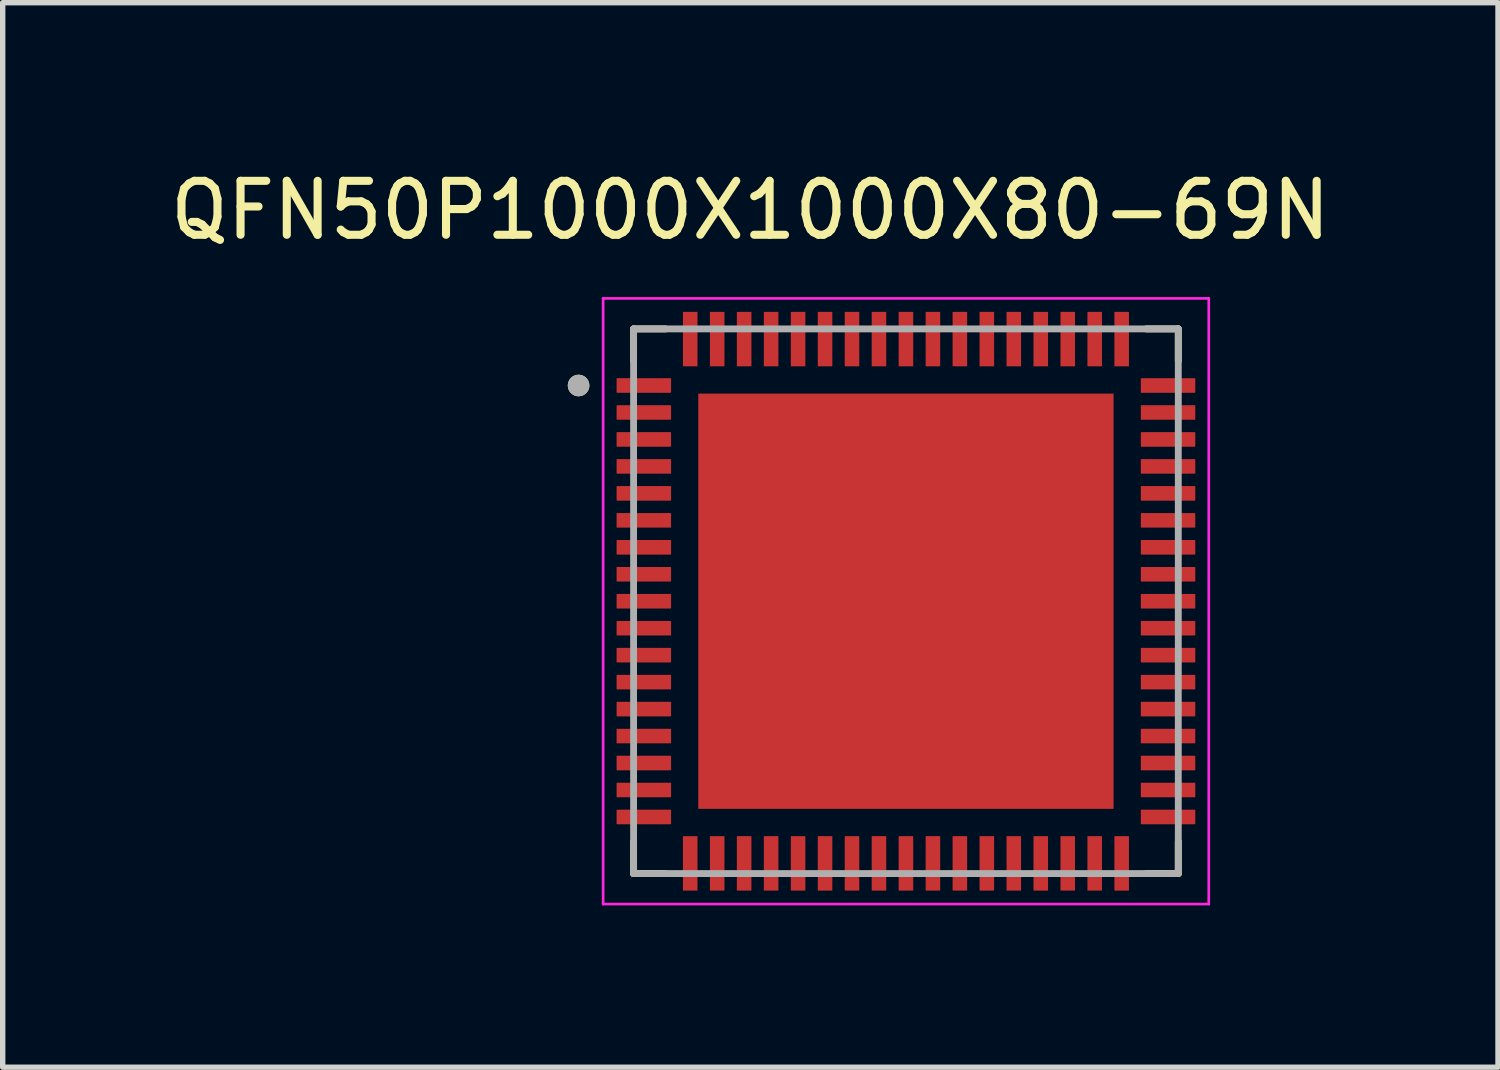
<source format=kicad_pcb>
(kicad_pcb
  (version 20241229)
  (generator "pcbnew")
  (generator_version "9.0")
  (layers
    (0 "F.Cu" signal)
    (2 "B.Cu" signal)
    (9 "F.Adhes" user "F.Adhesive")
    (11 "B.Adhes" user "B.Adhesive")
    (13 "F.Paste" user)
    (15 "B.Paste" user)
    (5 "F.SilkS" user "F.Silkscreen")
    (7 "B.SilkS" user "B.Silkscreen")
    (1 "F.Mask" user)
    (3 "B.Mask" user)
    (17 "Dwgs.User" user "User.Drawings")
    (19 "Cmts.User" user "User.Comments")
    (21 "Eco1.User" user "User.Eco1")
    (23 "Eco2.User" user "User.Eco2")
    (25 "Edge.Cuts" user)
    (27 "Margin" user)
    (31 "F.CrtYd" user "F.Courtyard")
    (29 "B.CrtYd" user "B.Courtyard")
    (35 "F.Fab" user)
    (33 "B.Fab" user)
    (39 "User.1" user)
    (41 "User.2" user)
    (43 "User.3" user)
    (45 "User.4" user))
  (footprint "QFN50P1000X1000X80-69N"
    (layer "F.Cu")
    (at 13.748 8.098)
    (property "Reference" "QFN50P1000X1000X80-69N" (at -2.885 -7.25 0) (layer "F.SilkS") (effects (font (size 1 1) (thickness 0.15))))
    (attr smd)
    (fp_line (start -5.05 -5.05) (end -5.05 -4.455) (stroke (width 0.127) (type solid)) (layer "F.SilkS"))
    (fp_line (start -5.05 -5.05) (end -4.455 -5.05) (stroke (width 0.127) (type solid)) (layer "F.SilkS"))
    (fp_line (start -5.05 5.05) (end -5.05 4.455) (stroke (width 0.127) (type solid)) (layer "F.SilkS"))
    (fp_line (start -5.05 5.05) (end -4.455 5.05) (stroke (width 0.127) (type solid)) (layer "F.SilkS"))
    (fp_line (start 5.05 -5.05) (end 4.455 -5.05) (stroke (width 0.127) (type solid)) (layer "F.SilkS"))
    (fp_line (start 5.05 -5.05) (end 5.05 -4.455) (stroke (width 0.127) (type solid)) (layer "F.SilkS"))
    (fp_line (start 5.05 5.05) (end 4.455 5.05) (stroke (width 0.127) (type solid)) (layer "F.SilkS"))
    (fp_line (start 5.05 5.05) (end 5.05 4.455) (stroke (width 0.127) (type solid)) (layer "F.SilkS"))
    (fp_circle (center -6.07 -4) (end -5.97 -4) (stroke (width 0.2) (type solid)) (fill no) (layer "F.SilkS"))
    (fp_poly (pts (xy -3.375 -3.375) (xy -1.755 -3.375) (xy -1.755 -1.755) (xy -3.375 -1.755)) (stroke (width 0.01) (type solid)) (fill yes) (layer "F.Paste"))
    (fp_poly (pts (xy -3.375 -0.805) (xy -1.755 -0.805) (xy -1.755 0.815) (xy -3.375 0.815)) (stroke (width 0.01) (type solid)) (fill yes) (layer "F.Paste"))
    (fp_poly (pts (xy -3.375 1.765) (xy -1.755 1.765) (xy -1.755 3.385) (xy -3.375 3.385)) (stroke (width 0.01) (type solid)) (fill yes) (layer "F.Paste"))
    (fp_poly (pts (xy -0.805 -3.375) (xy 0.815 -3.375) (xy 0.815 -1.755) (xy -0.805 -1.755)) (stroke (width 0.01) (type solid)) (fill yes) (layer "F.Paste"))
    (fp_poly (pts (xy -0.805 -0.805) (xy 0.815 -0.805) (xy 0.815 0.815) (xy -0.805 0.815)) (stroke (width 0.01) (type solid)) (fill yes) (layer "F.Paste"))
    (fp_poly (pts (xy -0.805 1.765) (xy 0.815 1.765) (xy 0.815 3.385) (xy -0.805 3.385)) (stroke (width 0.01) (type solid)) (fill yes) (layer "F.Paste"))
    (fp_poly (pts (xy 1.765 -3.375) (xy 3.385 -3.375) (xy 3.385 -1.755) (xy 1.765 -1.755)) (stroke (width 0.01) (type solid)) (fill yes) (layer "F.Paste"))
    (fp_poly (pts (xy 1.765 -0.805) (xy 3.385 -0.805) (xy 3.385 0.815) (xy 1.765 0.815)) (stroke (width 0.01) (type solid)) (fill yes) (layer "F.Paste"))
    (fp_poly (pts (xy 1.765 1.765) (xy 3.385 1.765) (xy 3.385 3.385) (xy 1.765 3.385)) (stroke (width 0.01) (type solid)) (fill yes) (layer "F.Paste"))
    (fp_line (start -5.615 -5.615) (end 5.615 -5.615) (stroke (width 0.05) (type solid)) (layer "F.CrtYd"))
    (fp_line (start -5.615 5.615) (end -5.615 -5.615) (stroke (width 0.05) (type solid)) (layer "F.CrtYd"))
    (fp_line (start -5.615 5.615) (end 5.615 5.615) (stroke (width 0.05) (type solid)) (layer "F.CrtYd"))
    (fp_line (start 5.615 5.615) (end 5.615 -5.615) (stroke (width 0.05) (type solid)) (layer "F.CrtYd"))
    (fp_line (start -5.05 5.05) (end -5.05 -5.05) (stroke (width 0.127) (type solid)) (layer "F.Fab"))
    (fp_line (start 5.05 -5.05) (end -5.05 -5.05) (stroke (width 0.127) (type solid)) (layer "F.Fab"))
    (fp_line (start 5.05 5.05) (end -5.05 5.05) (stroke (width 0.127) (type solid)) (layer "F.Fab"))
    (fp_line (start 5.05 5.05) (end 5.05 -5.05) (stroke (width 0.127) (type solid)) (layer "F.Fab"))
    (fp_circle (center -6.07 -4) (end -5.97 -4) (stroke (width 0.2) (type solid)) (fill no) (layer "F.Fab"))
    (pad "1" smd roundrect (at -4.86 -4) (size 1.01 0.27) (layers "F.Cu" "F.Mask" "F.Paste") (roundrect_rratio 0.03))
    (pad "2" smd roundrect (at -4.86 -3.5) (size 1.01 0.27) (layers "F.Cu" "F.Mask" "F.Paste") (roundrect_rratio 0.03))
    (pad "3" smd roundrect (at -4.86 -3) (size 1.01 0.27) (layers "F.Cu" "F.Mask" "F.Paste") (roundrect_rratio 0.03))
    (pad "4" smd roundrect (at -4.86 -2.5) (size 1.01 0.27) (layers "F.Cu" "F.Mask" "F.Paste") (roundrect_rratio 0.03))
    (pad "5" smd roundrect (at -4.86 -2) (size 1.01 0.27) (layers "F.Cu" "F.Mask" "F.Paste") (roundrect_rratio 0.03))
    (pad "6" smd roundrect (at -4.86 -1.5) (size 1.01 0.27) (layers "F.Cu" "F.Mask" "F.Paste") (roundrect_rratio 0.03))
    (pad "7" smd roundrect (at -4.86 -1) (size 1.01 0.27) (layers "F.Cu" "F.Mask" "F.Paste") (roundrect_rratio 0.03))
    (pad "8" smd roundrect (at -4.86 -0.5) (size 1.01 0.27) (layers "F.Cu" "F.Mask" "F.Paste") (roundrect_rratio 0.03))
    (pad "9" smd roundrect (at -4.86 0) (size 1.01 0.27) (layers "F.Cu" "F.Mask" "F.Paste") (roundrect_rratio 0.03))
    (pad "10" smd roundrect (at -4.86 0.5) (size 1.01 0.27) (layers "F.Cu" "F.Mask" "F.Paste") (roundrect_rratio 0.03))
    (pad "11" smd roundrect (at -4.86 1) (size 1.01 0.27) (layers "F.Cu" "F.Mask" "F.Paste") (roundrect_rratio 0.03))
    (pad "12" smd roundrect (at -4.86 1.5) (size 1.01 0.27) (layers "F.Cu" "F.Mask" "F.Paste") (roundrect_rratio 0.03))
    (pad "13" smd roundrect (at -4.86 2) (size 1.01 0.27) (layers "F.Cu" "F.Mask" "F.Paste") (roundrect_rratio 0.03))
    (pad "14" smd roundrect (at -4.86 2.5) (size 1.01 0.27) (layers "F.Cu" "F.Mask" "F.Paste") (roundrect_rratio 0.03))
    (pad "15" smd roundrect (at -4.86 3) (size 1.01 0.27) (layers "F.Cu" "F.Mask" "F.Paste") (roundrect_rratio 0.03))
    (pad "16" smd roundrect (at -4.86 3.5) (size 1.01 0.27) (layers "F.Cu" "F.Mask" "F.Paste") (roundrect_rratio 0.03))
    (pad "17" smd roundrect (at -4.86 4) (size 1.01 0.27) (layers "F.Cu" "F.Mask" "F.Paste") (roundrect_rratio 0.03))
    (pad "18" smd roundrect (at -4 4.86 90) (size 1.01 0.27) (layers "F.Cu" "F.Mask" "F.Paste") (roundrect_rratio 0.03))
    (pad "19" smd roundrect (at -3.5 4.86 90) (size 1.01 0.27) (layers "F.Cu" "F.Mask" "F.Paste") (roundrect_rratio 0.03))
    (pad "20" smd roundrect (at -3 4.86 90) (size 1.01 0.27) (layers "F.Cu" "F.Mask" "F.Paste") (roundrect_rratio 0.03))
    (pad "21" smd roundrect (at -2.5 4.86 90) (size 1.01 0.27) (layers "F.Cu" "F.Mask" "F.Paste") (roundrect_rratio 0.03))
    (pad "22" smd roundrect (at -2 4.86 90) (size 1.01 0.27) (layers "F.Cu" "F.Mask" "F.Paste") (roundrect_rratio 0.03))
    (pad "23" smd roundrect (at -1.5 4.86 90) (size 1.01 0.27) (layers "F.Cu" "F.Mask" "F.Paste") (roundrect_rratio 0.03))
    (pad "24" smd roundrect (at -1 4.86 90) (size 1.01 0.27) (layers "F.Cu" "F.Mask" "F.Paste") (roundrect_rratio 0.03))
    (pad "25" smd roundrect (at -0.5 4.86 90) (size 1.01 0.27) (layers "F.Cu" "F.Mask" "F.Paste") (roundrect_rratio 0.03))
    (pad "26" smd roundrect (at 0 4.86 90) (size 1.01 0.27) (layers "F.Cu" "F.Mask" "F.Paste") (roundrect_rratio 0.03))
    (pad "27" smd roundrect (at 0.5 4.86 90) (size 1.01 0.27) (layers "F.Cu" "F.Mask" "F.Paste") (roundrect_rratio 0.03))
    (pad "28" smd roundrect (at 1 4.86 90) (size 1.01 0.27) (layers "F.Cu" "F.Mask" "F.Paste") (roundrect_rratio 0.03))
    (pad "29" smd roundrect (at 1.5 4.86 90) (size 1.01 0.27) (layers "F.Cu" "F.Mask" "F.Paste") (roundrect_rratio 0.03))
    (pad "30" smd roundrect (at 2 4.86 90) (size 1.01 0.27) (layers "F.Cu" "F.Mask" "F.Paste") (roundrect_rratio 0.03))
    (pad "31" smd roundrect (at 2.5 4.86 90) (size 1.01 0.27) (layers "F.Cu" "F.Mask" "F.Paste") (roundrect_rratio 0.03))
    (pad "32" smd roundrect (at 3 4.86 90) (size 1.01 0.27) (layers "F.Cu" "F.Mask" "F.Paste") (roundrect_rratio 0.03))
    (pad "33" smd roundrect (at 3.5 4.86 90) (size 1.01 0.27) (layers "F.Cu" "F.Mask" "F.Paste") (roundrect_rratio 0.03))
    (pad "34" smd roundrect (at 4 4.86 90) (size 1.01 0.27) (layers "F.Cu" "F.Mask" "F.Paste") (roundrect_rratio 0.03))
    (pad "35" smd roundrect (at 4.86 4) (size 1.01 0.27) (layers "F.Cu" "F.Mask" "F.Paste") (roundrect_rratio 0.03))
    (pad "36" smd roundrect (at 4.86 3.5) (size 1.01 0.27) (layers "F.Cu" "F.Mask" "F.Paste") (roundrect_rratio 0.03))
    (pad "37" smd roundrect (at 4.86 3) (size 1.01 0.27) (layers "F.Cu" "F.Mask" "F.Paste") (roundrect_rratio 0.03))
    (pad "38" smd roundrect (at 4.86 2.5) (size 1.01 0.27) (layers "F.Cu" "F.Mask" "F.Paste") (roundrect_rratio 0.03))
    (pad "39" smd roundrect (at 4.86 2) (size 1.01 0.27) (layers "F.Cu" "F.Mask" "F.Paste") (roundrect_rratio 0.03))
    (pad "40" smd roundrect (at 4.86 1.5) (size 1.01 0.27) (layers "F.Cu" "F.Mask" "F.Paste") (roundrect_rratio 0.03))
    (pad "41" smd roundrect (at 4.86 1) (size 1.01 0.27) (layers "F.Cu" "F.Mask" "F.Paste") (roundrect_rratio 0.03))
    (pad "42" smd roundrect (at 4.86 0.5) (size 1.01 0.27) (layers "F.Cu" "F.Mask" "F.Paste") (roundrect_rratio 0.03))
    (pad "43" smd roundrect (at 4.86 0) (size 1.01 0.27) (layers "F.Cu" "F.Mask" "F.Paste") (roundrect_rratio 0.03))
    (pad "44" smd roundrect (at 4.86 -0.5) (size 1.01 0.27) (layers "F.Cu" "F.Mask" "F.Paste") (roundrect_rratio 0.03))
    (pad "45" smd roundrect (at 4.86 -1) (size 1.01 0.27) (layers "F.Cu" "F.Mask" "F.Paste") (roundrect_rratio 0.03))
    (pad "46" smd roundrect (at 4.86 -1.5) (size 1.01 0.27) (layers "F.Cu" "F.Mask" "F.Paste") (roundrect_rratio 0.03))
    (pad "47" smd roundrect (at 4.86 -2) (size 1.01 0.27) (layers "F.Cu" "F.Mask" "F.Paste") (roundrect_rratio 0.03))
    (pad "48" smd roundrect (at 4.86 -2.5) (size 1.01 0.27) (layers "F.Cu" "F.Mask" "F.Paste") (roundrect_rratio 0.03))
    (pad "49" smd roundrect (at 4.86 -3) (size 1.01 0.27) (layers "F.Cu" "F.Mask" "F.Paste") (roundrect_rratio 0.03))
    (pad "50" smd roundrect (at 4.86 -3.5) (size 1.01 0.27) (layers "F.Cu" "F.Mask" "F.Paste") (roundrect_rratio 0.03))
    (pad "51" smd roundrect (at 4.86 -4) (size 1.01 0.27) (layers "F.Cu" "F.Mask" "F.Paste") (roundrect_rratio 0.03))
    (pad "52" smd roundrect (at 4 -4.86 90) (size 1.01 0.27) (layers "F.Cu" "F.Mask" "F.Paste") (roundrect_rratio 0.03))
    (pad "53" smd roundrect (at 3.5 -4.86 90) (size 1.01 0.27) (layers "F.Cu" "F.Mask" "F.Paste") (roundrect_rratio 0.03))
    (pad "54" smd roundrect (at 3 -4.86 90) (size 1.01 0.27) (layers "F.Cu" "F.Mask" "F.Paste") (roundrect_rratio 0.03))
    (pad "55" smd roundrect (at 2.5 -4.86 90) (size 1.01 0.27) (layers "F.Cu" "F.Mask" "F.Paste") (roundrect_rratio 0.03))
    (pad "56" smd roundrect (at 2 -4.86 90) (size 1.01 0.27) (layers "F.Cu" "F.Mask" "F.Paste") (roundrect_rratio 0.03))
    (pad "57" smd roundrect (at 1.5 -4.86 90) (size 1.01 0.27) (layers "F.Cu" "F.Mask" "F.Paste") (roundrect_rratio 0.03))
    (pad "58" smd roundrect (at 1 -4.86 90) (size 1.01 0.27) (layers "F.Cu" "F.Mask" "F.Paste") (roundrect_rratio 0.03))
    (pad "59" smd roundrect (at 0.5 -4.86 90) (size 1.01 0.27) (layers "F.Cu" "F.Mask" "F.Paste") (roundrect_rratio 0.03))
    (pad "60" smd roundrect (at 0 -4.86 90) (size 1.01 0.27) (layers "F.Cu" "F.Mask" "F.Paste") (roundrect_rratio 0.03))
    (pad "61" smd roundrect (at -0.5 -4.86 90) (size 1.01 0.27) (layers "F.Cu" "F.Mask" "F.Paste") (roundrect_rratio 0.03))
    (pad "62" smd roundrect (at -1 -4.86 90) (size 1.01 0.27) (layers "F.Cu" "F.Mask" "F.Paste") (roundrect_rratio 0.03))
    (pad "63" smd roundrect (at -1.5 -4.86 90) (size 1.01 0.27) (layers "F.Cu" "F.Mask" "F.Paste") (roundrect_rratio 0.03))
    (pad "64" smd roundrect (at -2 -4.86 90) (size 1.01 0.27) (layers "F.Cu" "F.Mask" "F.Paste") (roundrect_rratio 0.03))
    (pad "65" smd roundrect (at -2.5 -4.86 90) (size 1.01 0.27) (layers "F.Cu" "F.Mask" "F.Paste") (roundrect_rratio 0.03))
    (pad "66" smd roundrect (at -3 -4.86 90) (size 1.01 0.27) (layers "F.Cu" "F.Mask" "F.Paste") (roundrect_rratio 0.03))
    (pad "67" smd roundrect (at -3.5 -4.86 90) (size 1.01 0.27) (layers "F.Cu" "F.Mask" "F.Paste") (roundrect_rratio 0.03))
    (pad "68" smd roundrect (at -4 -4.86 90) (size 1.01 0.27) (layers "F.Cu" "F.Mask" "F.Paste") (roundrect_rratio 0.03))
    (pad "69" smd rect (at 0 0) (size 7.7 7.7) (layers "F.Cu" "F.Mask")))
  (gr_rect
    (start -3 -3)
    (end 24.726 16.738)
    (stroke (width 0.1) (type default))
    (fill no)
    (layer "Edge.Cuts")))
</source>
